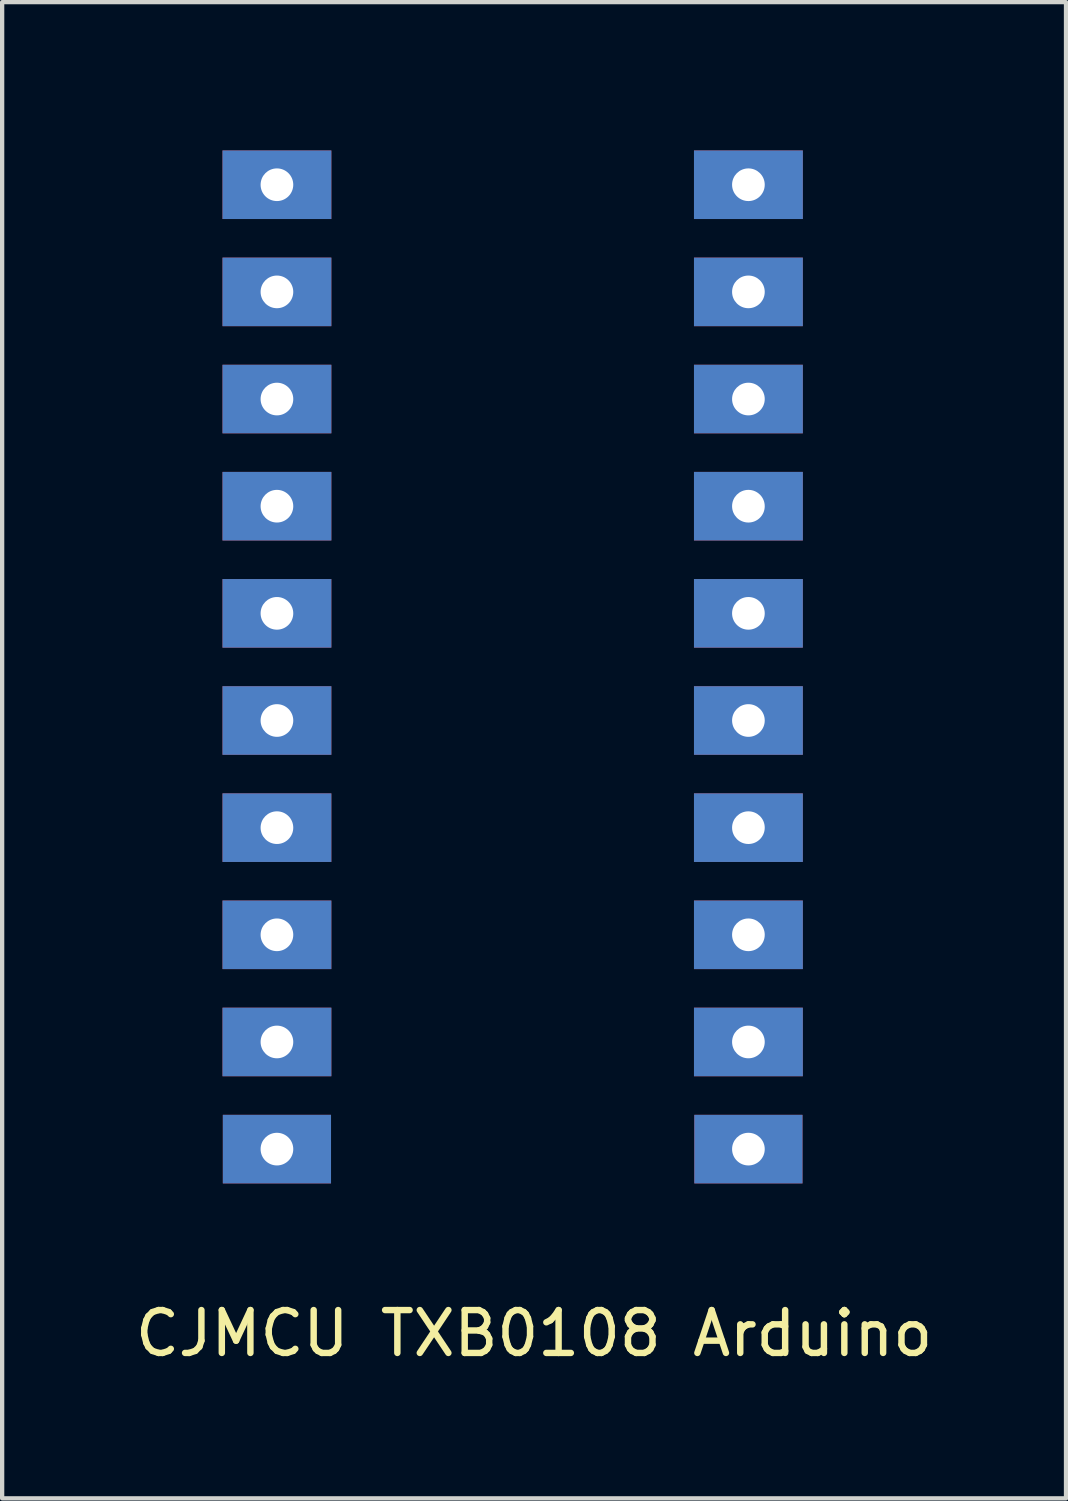
<source format=kicad_pcb>
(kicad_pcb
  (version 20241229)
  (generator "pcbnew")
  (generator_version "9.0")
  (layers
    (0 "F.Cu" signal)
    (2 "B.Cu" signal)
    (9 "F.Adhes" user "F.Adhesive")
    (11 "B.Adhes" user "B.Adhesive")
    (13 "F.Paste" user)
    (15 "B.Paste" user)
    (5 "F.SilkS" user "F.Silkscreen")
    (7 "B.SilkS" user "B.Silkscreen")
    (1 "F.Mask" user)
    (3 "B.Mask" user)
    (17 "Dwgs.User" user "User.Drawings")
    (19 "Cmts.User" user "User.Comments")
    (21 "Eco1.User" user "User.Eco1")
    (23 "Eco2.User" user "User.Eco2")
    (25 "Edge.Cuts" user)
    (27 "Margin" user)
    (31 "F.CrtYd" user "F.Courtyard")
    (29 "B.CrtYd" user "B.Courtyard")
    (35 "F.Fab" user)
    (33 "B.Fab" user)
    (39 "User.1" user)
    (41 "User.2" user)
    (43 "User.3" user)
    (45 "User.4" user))
  (footprint "CJMCU TXB0108 Arduino"
    (layer "F.Cu")
    (at 1.411 25.06)
    (property "Reference" "CJMCU TXB0108 Arduino" (at 8 3 0) (layer "F.SilkS") (effects (font (size 1 1) (thickness 0.15))))
    (attr through_hole)
    (fp_line (start 0 -25) (end 15 -25) (stroke (width 0.12) (type solid)) (layer "Eco2.User"))
    (fp_line (start 0 0) (end 0 -25) (stroke (width 0.12) (type solid)) (layer "Eco2.User"))
    (fp_line (start 15 -25) (end 15 0) (stroke (width 0.12) (type solid)) (layer "Eco2.User"))
    (fp_line (start 15 0) (end 0 0) (stroke (width 0.12) (type solid)) (layer "Eco2.User"))
    (pad "1" thru_hole rect (at 2 -23.8) (size 2.54 1.6) (drill 0.762) (layers "*.Cu" "*.Mask"))
    (pad "2" thru_hole rect (at 2 -21.3) (size 2.54 1.6) (drill 0.762) (layers "*.Cu" "*.Mask"))
    (pad "3" thru_hole rect (at 2 -18.8) (size 2.54 1.6) (drill 0.762) (layers "*.Cu" "*.Mask"))
    (pad "4" thru_hole rect (at 2 -16.3) (size 2.54 1.6) (drill 0.762) (layers "*.Cu" "*.Mask"))
    (pad "5" thru_hole rect (at 2 -13.8) (size 2.54 1.6) (drill 0.762) (layers "*.Cu" "*.Mask"))
    (pad "6" thru_hole rect (at 2 -11.3) (size 2.54 1.6) (drill 0.762) (layers "*.Cu" "*.Mask"))
    (pad "7" thru_hole rect (at 2 -8.8) (size 2.54 1.6) (drill 0.762) (layers "*.Cu" "*.Mask"))
    (pad "8" thru_hole rect (at 2 -6.3) (size 2.54 1.6) (drill 0.762) (layers "*.Cu" "*.Mask"))
    (pad "9" thru_hole rect (at 2 -3.8) (size 2.54 1.6) (drill 0.762) (layers "*.Cu" "*.Mask"))
    (pad "10" thru_hole rect (at 2 -1.3) (size 2.524 1.6) (drill 0.762) (layers "*.Cu" "*.Mask"))
    (pad "11" thru_hole rect (at 13 -1.3) (size 2.524 1.6) (drill 0.762) (layers "*.Cu" "*.Mask"))
    (pad "12" thru_hole rect (at 13 -3.8) (size 2.54 1.6) (drill 0.762) (layers "*.Cu" "*.Mask"))
    (pad "13" thru_hole rect (at 13 -6.3) (size 2.54 1.6) (drill 0.762) (layers "*.Cu" "*.Mask"))
    (pad "14" thru_hole rect (at 13 -8.8) (size 2.54 1.6) (drill 0.762) (layers "*.Cu" "*.Mask"))
    (pad "15" thru_hole rect (at 13 -11.3) (size 2.54 1.6) (drill 0.762) (layers "*.Cu" "*.Mask"))
    (pad "16" thru_hole rect (at 13 -13.8) (size 2.54 1.6) (drill 0.762) (layers "*.Cu" "*.Mask"))
    (pad "17" thru_hole rect (at 13 -16.3) (size 2.54 1.6) (drill 0.762) (layers "*.Cu" "*.Mask"))
    (pad "18" thru_hole rect (at 13 -18.8) (size 2.54 1.6) (drill 0.762) (layers "*.Cu" "*.Mask"))
    (pad "19" thru_hole rect (at 13 -21.3) (size 2.54 1.6) (drill 0.762) (layers "*.Cu" "*.Mask"))
    (pad "20" thru_hole rect (at 13 -23.8) (size 2.54 1.6) (drill 0.762) (layers "*.Cu" "*.Mask")))
  (gr_rect
    (start -3 -3)
    (end 21.821 31.908)
    (stroke (width 0.1) (type default))
    (fill no)
    (layer "Edge.Cuts")))
</source>
